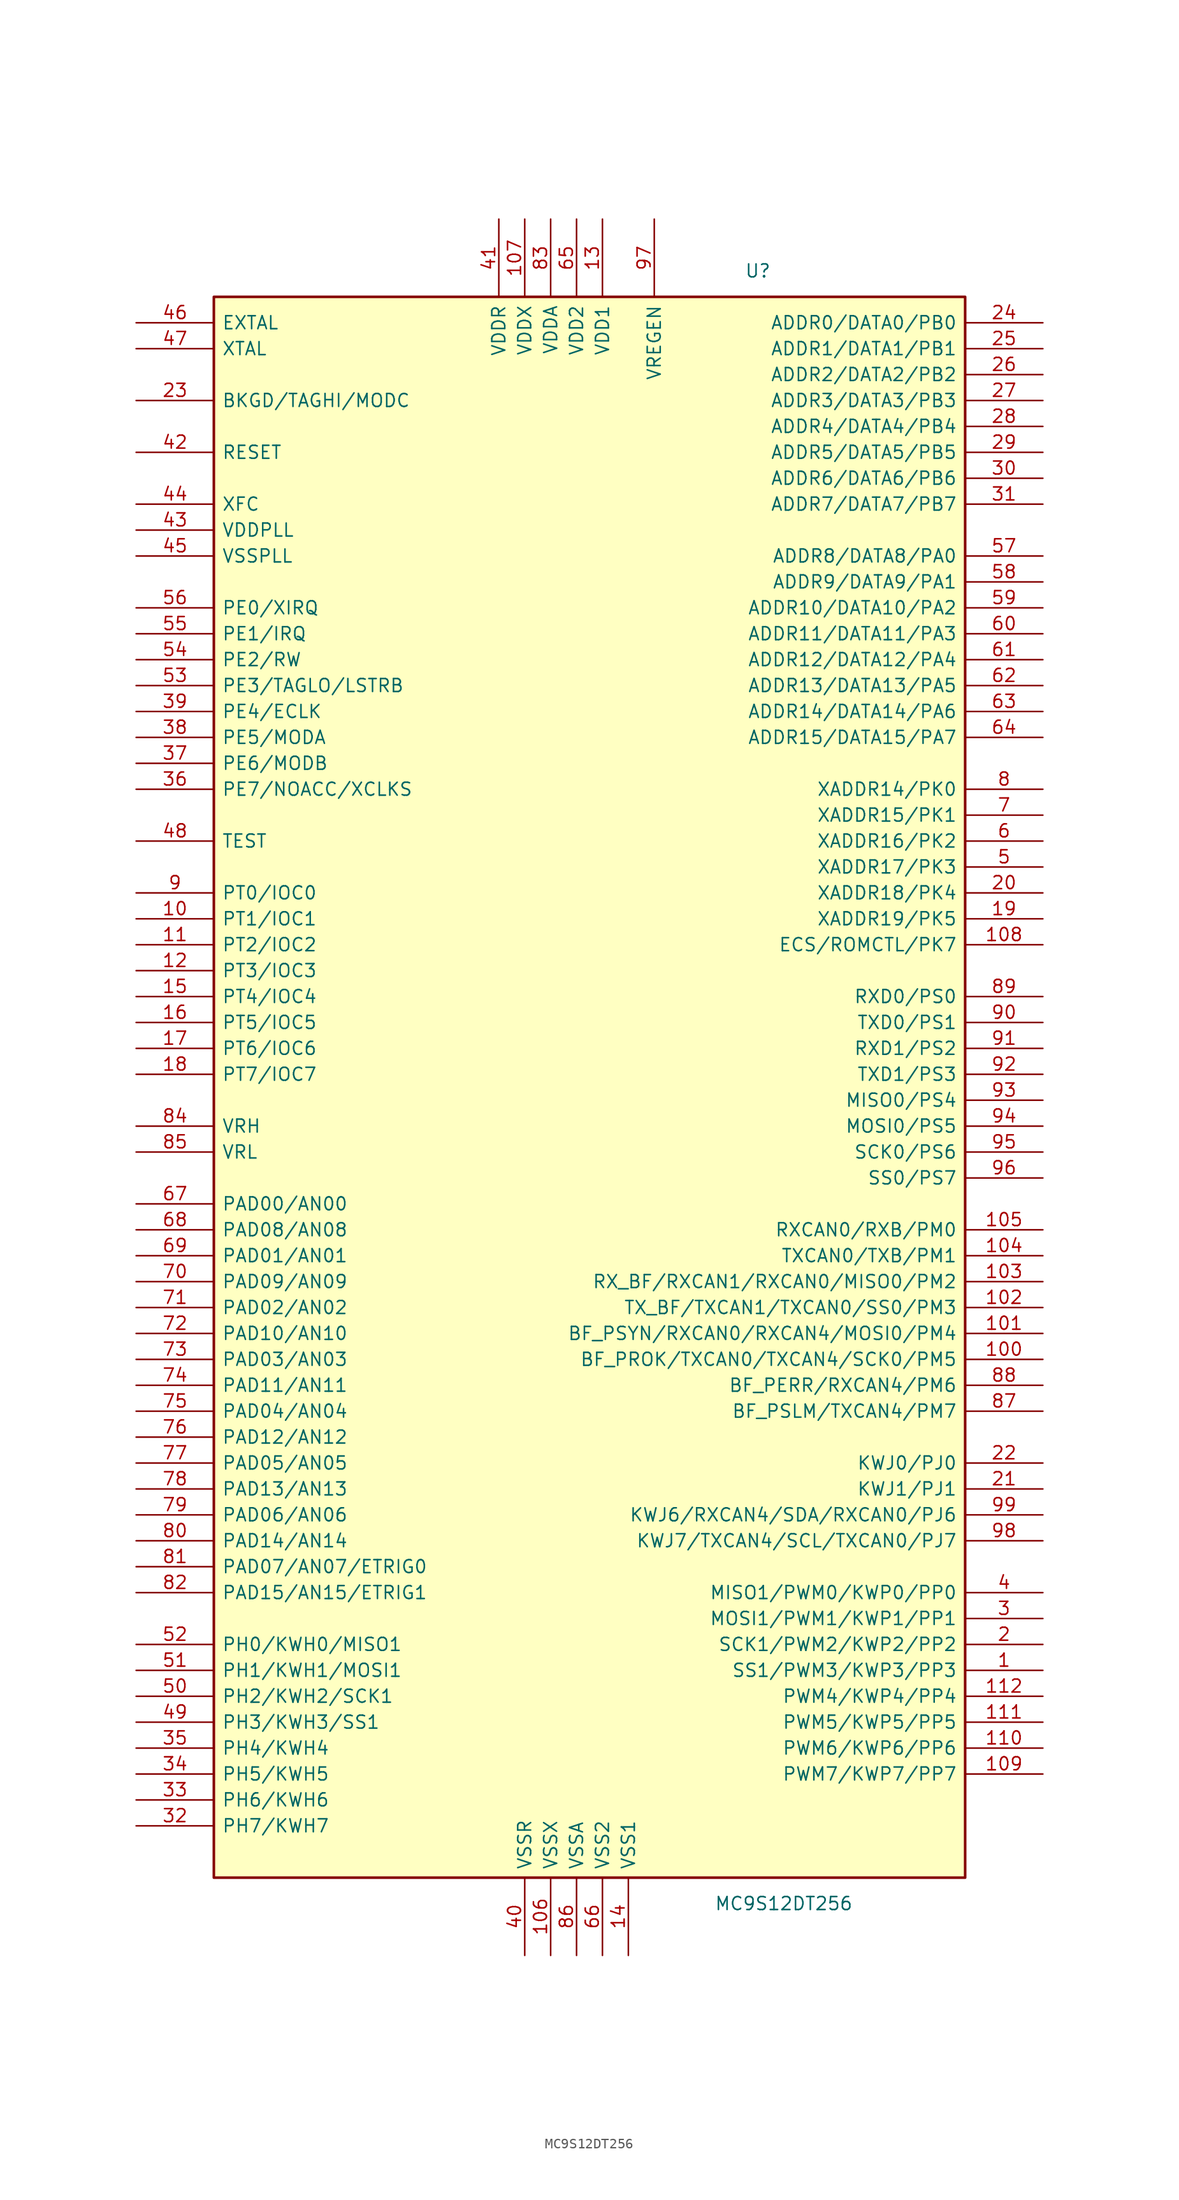
<source format=kicad_sym>
(kicad_symbol_lib
  (version 20201005)
  (generator kicad_symbol_editor)
  (symbol "MC9S12DT256"
    (pin_names
      (offset 0.762))
    (property "Reference" "U"
      (at 17.78 86.36 0)
      (effects (font (size 1.27 1.27))))
    (property "Value" "MC9S12DT256"
      (at 20.32 -73.66 0)
      (effects (font (size 1.27 1.27))))
    (symbol "MC9S12DT256_0_1"
      (rectangle (start -35.56 83.82) (end 38.1 -71.12) (stroke (width 0.254)) (fill (type background))))
    (symbol "MC9S12DT256_1_1"
      (pin bidirectional line (at 45.72 -50.8 180) (length 7.62) (name "SS1/PWM3/KWP3/PP3" (effects (font (size 1.27 1.27)))) (number "1" (effects (font (size 1.27 1.27)))))
      (pin bidirectional line (at -43.18 22.86 0) (length 7.62) (name "PT1/IOC1" (effects (font (size 1.27 1.27)))) (number "10" (effects (font (size 1.27 1.27)))))
      (pin bidirectional line (at 45.72 -20.32 180) (length 7.62) (name "BF_PROK/TXCAN0/TXCAN4/SCK0/PM5" (effects (font (size 1.27 1.27)))) (number "100" (effects (font (size 1.27 1.27)))))
      (pin bidirectional line (at 45.72 -17.78 180) (length 7.62) (name "BF_PSYN/RXCAN0/RXCAN4/MOSI0/PM4" (effects (font (size 1.27 1.27)))) (number "101" (effects (font (size 1.27 1.27)))))
      (pin bidirectional line (at 45.72 -15.24 180) (length 7.62) (name "TX_BF/TXCAN1/TXCAN0/SS0/PM3" (effects (font (size 1.27 1.27)))) (number "102" (effects (font (size 1.27 1.27)))))
      (pin bidirectional line (at 45.72 -12.7 180) (length 7.62) (name "RX_BF/RXCAN1/RXCAN0/MISO0/PM2" (effects (font (size 1.27 1.27)))) (number "103" (effects (font (size 1.27 1.27)))))
      (pin bidirectional line (at 45.72 -10.16 180) (length 7.62) (name "TXCAN0/TXB/PM1" (effects (font (size 1.27 1.27)))) (number "104" (effects (font (size 1.27 1.27)))))
      (pin bidirectional line (at 45.72 -7.62 180) (length 7.62) (name "RXCAN0/RXB/PM0" (effects (font (size 1.27 1.27)))) (number "105" (effects (font (size 1.27 1.27)))))
      (pin power_in line (at -2.54 -78.74 90) (length 7.62) (name "VSSX" (effects (font (size 1.27 1.27)))) (number "106" (effects (font (size 1.27 1.27)))))
      (pin power_in line (at -5.08 91.44 270) (length 7.62) (name "VDDX" (effects (font (size 1.27 1.27)))) (number "107" (effects (font (size 1.27 1.27)))))
      (pin bidirectional line (at 45.72 20.32 180) (length 7.62) (name "ECS/ROMCTL/PK7" (effects (font (size 1.27 1.27)))) (number "108" (effects (font (size 1.27 1.27)))))
      (pin bidirectional line (at 45.72 -60.96 180) (length 7.62) (name "PWM7/KWP7/PP7" (effects (font (size 1.27 1.27)))) (number "109" (effects (font (size 1.27 1.27)))))
      (pin bidirectional line (at -43.18 20.32 0) (length 7.62) (name "PT2/IOC2" (effects (font (size 1.27 1.27)))) (number "11" (effects (font (size 1.27 1.27)))))
      (pin bidirectional line (at 45.72 -58.42 180) (length 7.62) (name "PWM6/KWP6/PP6" (effects (font (size 1.27 1.27)))) (number "110" (effects (font (size 1.27 1.27)))))
      (pin bidirectional line (at 45.72 -55.88 180) (length 7.62) (name "PWM5/KWP5/PP5" (effects (font (size 1.27 1.27)))) (number "111" (effects (font (size 1.27 1.27)))))
      (pin bidirectional line (at 45.72 -53.34 180) (length 7.62) (name "PWM4/KWP4/PP4" (effects (font (size 1.27 1.27)))) (number "112" (effects (font (size 1.27 1.27)))))
      (pin bidirectional line (at -43.18 17.78 0) (length 7.62) (name "PT3/IOC3" (effects (font (size 1.27 1.27)))) (number "12" (effects (font (size 1.27 1.27)))))
      (pin power_in line (at 2.54 91.44 270) (length 7.62) (name "VDD1" (effects (font (size 1.27 1.27)))) (number "13" (effects (font (size 1.27 1.27)))))
      (pin power_in line (at 5.08 -78.74 90) (length 7.62) (name "VSS1" (effects (font (size 1.27 1.27)))) (number "14" (effects (font (size 1.27 1.27)))))
      (pin bidirectional line (at -43.18 15.24 0) (length 7.62) (name "PT4/IOC4" (effects (font (size 1.27 1.27)))) (number "15" (effects (font (size 1.27 1.27)))))
      (pin bidirectional line (at -43.18 12.7 0) (length 7.62) (name "PT5/IOC5" (effects (font (size 1.27 1.27)))) (number "16" (effects (font (size 1.27 1.27)))))
      (pin bidirectional line (at -43.18 10.16 0) (length 7.62) (name "PT6/IOC6" (effects (font (size 1.27 1.27)))) (number "17" (effects (font (size 1.27 1.27)))))
      (pin bidirectional line (at -43.18 7.62 0) (length 7.62) (name "PT7/IOC7" (effects (font (size 1.27 1.27)))) (number "18" (effects (font (size 1.27 1.27)))))
      (pin bidirectional line (at 45.72 22.86 180) (length 7.62) (name "XADDR19/PK5" (effects (font (size 1.27 1.27)))) (number "19" (effects (font (size 1.27 1.27)))))
      (pin bidirectional line (at 45.72 -48.26 180) (length 7.62) (name "SCK1/PWM2/KWP2/PP2" (effects (font (size 1.27 1.27)))) (number "2" (effects (font (size 1.27 1.27)))))
      (pin bidirectional line (at 45.72 25.4 180) (length 7.62) (name "XADDR18/PK4" (effects (font (size 1.27 1.27)))) (number "20" (effects (font (size 1.27 1.27)))))
      (pin bidirectional line (at 45.72 -33.02 180) (length 7.62) (name "KWJ1/PJ1" (effects (font (size 1.27 1.27)))) (number "21" (effects (font (size 1.27 1.27)))))
      (pin bidirectional line (at 45.72 -30.48 180) (length 7.62) (name "KWJ0/PJ0" (effects (font (size 1.27 1.27)))) (number "22" (effects (font (size 1.27 1.27)))))
      (pin bidirectional line (at -43.18 73.66 0) (length 7.62) (name "BKGD/TAGHI/MODC" (effects (font (size 1.27 1.27)))) (number "23" (effects (font (size 1.27 1.27)))))
      (pin bidirectional line (at 45.72 81.28 180) (length 7.62) (name "ADDR0/DATA0/PB0" (effects (font (size 1.27 1.27)))) (number "24" (effects (font (size 1.27 1.27)))))
      (pin bidirectional line (at 45.72 78.74 180) (length 7.62) (name "ADDR1/DATA1/PB1" (effects (font (size 1.27 1.27)))) (number "25" (effects (font (size 1.27 1.27)))))
      (pin bidirectional line (at 45.72 76.2 180) (length 7.62) (name "ADDR2/DATA2/PB2" (effects (font (size 1.27 1.27)))) (number "26" (effects (font (size 1.27 1.27)))))
      (pin bidirectional line (at 45.72 73.66 180) (length 7.62) (name "ADDR3/DATA3/PB3" (effects (font (size 1.27 1.27)))) (number "27" (effects (font (size 1.27 1.27)))))
      (pin bidirectional line (at 45.72 71.12 180) (length 7.62) (name "ADDR4/DATA4/PB4" (effects (font (size 1.27 1.27)))) (number "28" (effects (font (size 1.27 1.27)))))
      (pin bidirectional line (at 45.72 68.58 180) (length 7.62) (name "ADDR5/DATA5/PB5" (effects (font (size 1.27 1.27)))) (number "29" (effects (font (size 1.27 1.27)))))
      (pin bidirectional line (at 45.72 -45.72 180) (length 7.62) (name "MOSI1/PWM1/KWP1/PP1" (effects (font (size 1.27 1.27)))) (number "3" (effects (font (size 1.27 1.27)))))
      (pin bidirectional line (at 45.72 66.04 180) (length 7.62) (name "ADDR6/DATA6/PB6" (effects (font (size 1.27 1.27)))) (number "30" (effects (font (size 1.27 1.27)))))
      (pin bidirectional line (at 45.72 63.5 180) (length 7.62) (name "ADDR7/DATA7/PB7" (effects (font (size 1.27 1.27)))) (number "31" (effects (font (size 1.27 1.27)))))
      (pin bidirectional line (at -43.18 -66.04 0) (length 7.62) (name "PH7/KWH7" (effects (font (size 1.27 1.27)))) (number "32" (effects (font (size 1.27 1.27)))))
      (pin bidirectional line (at -43.18 -63.5 0) (length 7.62) (name "PH6/KWH6" (effects (font (size 1.27 1.27)))) (number "33" (effects (font (size 1.27 1.27)))))
      (pin bidirectional line (at -43.18 -60.96 0) (length 7.62) (name "PH5/KWH5" (effects (font (size 1.27 1.27)))) (number "34" (effects (font (size 1.27 1.27)))))
      (pin bidirectional line (at -43.18 -58.42 0) (length 7.62) (name "PH4/KWH4" (effects (font (size 1.27 1.27)))) (number "35" (effects (font (size 1.27 1.27)))))
      (pin bidirectional line (at -43.18 35.56 0) (length 7.62) (name "PE7/NOACC/XCLKS" (effects (font (size 1.27 1.27)))) (number "36" (effects (font (size 1.27 1.27)))))
      (pin bidirectional line (at -43.18 38.1 0) (length 7.62) (name "PE6/MODB" (effects (font (size 1.27 1.27)))) (number "37" (effects (font (size 1.27 1.27)))))
      (pin bidirectional line (at -43.18 40.64 0) (length 7.62) (name "PE5/MODA" (effects (font (size 1.27 1.27)))) (number "38" (effects (font (size 1.27 1.27)))))
      (pin bidirectional line (at -43.18 43.18 0) (length 7.62) (name "PE4/ECLK" (effects (font (size 1.27 1.27)))) (number "39" (effects (font (size 1.27 1.27)))))
      (pin bidirectional line (at 45.72 -43.18 180) (length 7.62) (name "MISO1/PWM0/KWP0/PP0" (effects (font (size 1.27 1.27)))) (number "4" (effects (font (size 1.27 1.27)))))
      (pin power_in line (at -5.08 -78.74 90) (length 7.62) (name "VSSR" (effects (font (size 1.27 1.27)))) (number "40" (effects (font (size 1.27 1.27)))))
      (pin power_in line (at -7.62 91.44 270) (length 7.62) (name "VDDR" (effects (font (size 1.27 1.27)))) (number "41" (effects (font (size 1.27 1.27)))))
      (pin bidirectional line (at -43.18 68.58 0) (length 7.62) (name "RESET" (effects (font (size 1.27 1.27)))) (number "42" (effects (font (size 1.27 1.27)))))
      (pin power_in line (at -43.18 60.96 0) (length 7.62) (name "VDDPLL" (effects (font (size 1.27 1.27)))) (number "43" (effects (font (size 1.27 1.27)))))
      (pin bidirectional line (at -43.18 63.5 0) (length 7.62) (name "XFC" (effects (font (size 1.27 1.27)))) (number "44" (effects (font (size 1.27 1.27)))))
      (pin bidirectional line (at -43.18 58.42 0) (length 7.62) (name "VSSPLL" (effects (font (size 1.27 1.27)))) (number "45" (effects (font (size 1.27 1.27)))))
      (pin input line (at -43.18 81.28 0) (length 7.62) (name "EXTAL" (effects (font (size 1.27 1.27)))) (number "46" (effects (font (size 1.27 1.27)))))
      (pin output line (at -43.18 78.74 0) (length 7.62) (name "XTAL" (effects (font (size 1.27 1.27)))) (number "47" (effects (font (size 1.27 1.27)))))
      (pin input line (at -43.18 30.48 0) (length 7.62) (name "TEST" (effects (font (size 1.27 1.27)))) (number "48" (effects (font (size 1.27 1.27)))))
      (pin bidirectional line (at -43.18 -55.88 0) (length 7.62) (name "PH3/KWH3/SS1" (effects (font (size 1.27 1.27)))) (number "49" (effects (font (size 1.27 1.27)))))
      (pin bidirectional line (at 45.72 27.94 180) (length 7.62) (name "XADDR17/PK3" (effects (font (size 1.27 1.27)))) (number "5" (effects (font (size 1.27 1.27)))))
      (pin bidirectional line (at -43.18 -53.34 0) (length 7.62) (name "PH2/KWH2/SCK1" (effects (font (size 1.27 1.27)))) (number "50" (effects (font (size 1.27 1.27)))))
      (pin bidirectional line (at -43.18 -50.8 0) (length 7.62) (name "PH1/KWH1/MOSI1" (effects (font (size 1.27 1.27)))) (number "51" (effects (font (size 1.27 1.27)))))
      (pin bidirectional line (at -43.18 -48.26 0) (length 7.62) (name "PH0/KWH0/MISO1" (effects (font (size 1.27 1.27)))) (number "52" (effects (font (size 1.27 1.27)))))
      (pin bidirectional line (at -43.18 45.72 0) (length 7.62) (name "PE3/TAGLO/LSTRB" (effects (font (size 1.27 1.27)))) (number "53" (effects (font (size 1.27 1.27)))))
      (pin bidirectional line (at -43.18 48.26 0) (length 7.62) (name "PE2/RW" (effects (font (size 1.27 1.27)))) (number "54" (effects (font (size 1.27 1.27)))))
      (pin input line (at -43.18 50.8 0) (length 7.62) (name "PE1/IRQ" (effects (font (size 1.27 1.27)))) (number "55" (effects (font (size 1.27 1.27)))))
      (pin input line (at -43.18 53.34 0) (length 7.62) (name "PE0/XIRQ" (effects (font (size 1.27 1.27)))) (number "56" (effects (font (size 1.27 1.27)))))
      (pin bidirectional line (at 45.72 58.42 180) (length 7.62) (name "ADDR8/DATA8/PA0" (effects (font (size 1.27 1.27)))) (number "57" (effects (font (size 1.27 1.27)))))
      (pin bidirectional line (at 45.72 55.88 180) (length 7.62) (name "ADDR9/DATA9/PA1" (effects (font (size 1.27 1.27)))) (number "58" (effects (font (size 1.27 1.27)))))
      (pin bidirectional line (at 45.72 53.34 180) (length 7.62) (name "ADDR10/DATA10/PA2" (effects (font (size 1.27 1.27)))) (number "59" (effects (font (size 1.27 1.27)))))
      (pin bidirectional line (at 45.72 30.48 180) (length 7.62) (name "XADDR16/PK2" (effects (font (size 1.27 1.27)))) (number "6" (effects (font (size 1.27 1.27)))))
      (pin bidirectional line (at 45.72 50.8 180) (length 7.62) (name "ADDR11/DATA11/PA3" (effects (font (size 1.27 1.27)))) (number "60" (effects (font (size 1.27 1.27)))))
      (pin bidirectional line (at 45.72 48.26 180) (length 7.62) (name "ADDR12/DATA12/PA4" (effects (font (size 1.27 1.27)))) (number "61" (effects (font (size 1.27 1.27)))))
      (pin bidirectional line (at 45.72 45.72 180) (length 7.62) (name "ADDR13/DATA13/PA5" (effects (font (size 1.27 1.27)))) (number "62" (effects (font (size 1.27 1.27)))))
      (pin bidirectional line (at 45.72 43.18 180) (length 7.62) (name "ADDR14/DATA14/PA6" (effects (font (size 1.27 1.27)))) (number "63" (effects (font (size 1.27 1.27)))))
      (pin bidirectional line (at 45.72 40.64 180) (length 7.62) (name "ADDR15/DATA15/PA7" (effects (font (size 1.27 1.27)))) (number "64" (effects (font (size 1.27 1.27)))))
      (pin power_in line (at 0 91.44 270) (length 7.62) (name "VDD2" (effects (font (size 1.27 1.27)))) (number "65" (effects (font (size 1.27 1.27)))))
      (pin power_in line (at 2.54 -78.74 90) (length 7.62) (name "VSS2" (effects (font (size 1.27 1.27)))) (number "66" (effects (font (size 1.27 1.27)))))
      (pin input line (at -43.18 -5.08 0) (length 7.62) (name "PAD00/AN00" (effects (font (size 1.27 1.27)))) (number "67" (effects (font (size 1.27 1.27)))))
      (pin input line (at -43.18 -7.62 0) (length 7.62) (name "PAD08/AN08" (effects (font (size 1.27 1.27)))) (number "68" (effects (font (size 1.27 1.27)))))
      (pin input line (at -43.18 -10.16 0) (length 7.62) (name "PAD01/AN01" (effects (font (size 1.27 1.27)))) (number "69" (effects (font (size 1.27 1.27)))))
      (pin bidirectional line (at 45.72 33.02 180) (length 7.62) (name "XADDR15/PK1" (effects (font (size 1.27 1.27)))) (number "7" (effects (font (size 1.27 1.27)))))
      (pin input line (at -43.18 -12.7 0) (length 7.62) (name "PAD09/AN09" (effects (font (size 1.27 1.27)))) (number "70" (effects (font (size 1.27 1.27)))))
      (pin input line (at -43.18 -15.24 0) (length 7.62) (name "PAD02/AN02" (effects (font (size 1.27 1.27)))) (number "71" (effects (font (size 1.27 1.27)))))
      (pin input line (at -43.18 -17.78 0) (length 7.62) (name "PAD10/AN10" (effects (font (size 1.27 1.27)))) (number "72" (effects (font (size 1.27 1.27)))))
      (pin input line (at -43.18 -20.32 0) (length 7.62) (name "PAD03/AN03" (effects (font (size 1.27 1.27)))) (number "73" (effects (font (size 1.27 1.27)))))
      (pin input line (at -43.18 -22.86 0) (length 7.62) (name "PAD11/AN11" (effects (font (size 1.27 1.27)))) (number "74" (effects (font (size 1.27 1.27)))))
      (pin input line (at -43.18 -25.4 0) (length 7.62) (name "PAD04/AN04" (effects (font (size 1.27 1.27)))) (number "75" (effects (font (size 1.27 1.27)))))
      (pin input line (at -43.18 -27.94 0) (length 7.62) (name "PAD12/AN12" (effects (font (size 1.27 1.27)))) (number "76" (effects (font (size 1.27 1.27)))))
      (pin input line (at -43.18 -30.48 0) (length 7.62) (name "PAD05/AN05" (effects (font (size 1.27 1.27)))) (number "77" (effects (font (size 1.27 1.27)))))
      (pin input line (at -43.18 -33.02 0) (length 7.62) (name "PAD13/AN13" (effects (font (size 1.27 1.27)))) (number "78" (effects (font (size 1.27 1.27)))))
      (pin input line (at -43.18 -35.56 0) (length 7.62) (name "PAD06/AN06" (effects (font (size 1.27 1.27)))) (number "79" (effects (font (size 1.27 1.27)))))
      (pin bidirectional line (at 45.72 35.56 180) (length 7.62) (name "XADDR14/PK0" (effects (font (size 1.27 1.27)))) (number "8" (effects (font (size 1.27 1.27)))))
      (pin input line (at -43.18 -38.1 0) (length 7.62) (name "PAD14/AN14" (effects (font (size 1.27 1.27)))) (number "80" (effects (font (size 1.27 1.27)))))
      (pin input line (at -43.18 -40.64 0) (length 7.62) (name "PAD07/AN07/ETRIG0" (effects (font (size 1.27 1.27)))) (number "81" (effects (font (size 1.27 1.27)))))
      (pin input line (at -43.18 -43.18 0) (length 7.62) (name "PAD15/AN15/ETRIG1" (effects (font (size 1.27 1.27)))) (number "82" (effects (font (size 1.27 1.27)))))
      (pin power_in line (at -2.54 91.44 270) (length 7.62) (name "VDDA" (effects (font (size 1.27 1.27)))) (number "83" (effects (font (size 1.27 1.27)))))
      (pin passive line (at -43.18 2.54 0) (length 7.62) (name "VRH" (effects (font (size 1.27 1.27)))) (number "84" (effects (font (size 1.27 1.27)))))
      (pin passive line (at -43.18 0 0) (length 7.62) (name "VRL" (effects (font (size 1.27 1.27)))) (number "85" (effects (font (size 1.27 1.27)))))
      (pin power_in line (at 0 -78.74 90) (length 7.62) (name "VSSA" (effects (font (size 1.27 1.27)))) (number "86" (effects (font (size 1.27 1.27)))))
      (pin bidirectional line (at 45.72 -25.4 180) (length 7.62) (name "BF_PSLM/TXCAN4/PM7" (effects (font (size 1.27 1.27)))) (number "87" (effects (font (size 1.27 1.27)))))
      (pin bidirectional line (at 45.72 -22.86 180) (length 7.62) (name "BF_PERR/RXCAN4/PM6" (effects (font (size 1.27 1.27)))) (number "88" (effects (font (size 1.27 1.27)))))
      (pin bidirectional line (at 45.72 15.24 180) (length 7.62) (name "RXD0/PS0" (effects (font (size 1.27 1.27)))) (number "89" (effects (font (size 1.27 1.27)))))
      (pin bidirectional line (at -43.18 25.4 0) (length 7.62) (name "PT0/IOC0" (effects (font (size 1.27 1.27)))) (number "9" (effects (font (size 1.27 1.27)))))
      (pin bidirectional line (at 45.72 12.7 180) (length 7.62) (name "TXD0/PS1" (effects (font (size 1.27 1.27)))) (number "90" (effects (font (size 1.27 1.27)))))
      (pin bidirectional line (at 45.72 10.16 180) (length 7.62) (name "RXD1/PS2" (effects (font (size 1.27 1.27)))) (number "91" (effects (font (size 1.27 1.27)))))
      (pin bidirectional line (at 45.72 7.62 180) (length 7.62) (name "TXD1/PS3" (effects (font (size 1.27 1.27)))) (number "92" (effects (font (size 1.27 1.27)))))
      (pin bidirectional line (at 45.72 5.08 180) (length 7.62) (name "MISO0/PS4" (effects (font (size 1.27 1.27)))) (number "93" (effects (font (size 1.27 1.27)))))
      (pin bidirectional line (at 45.72 2.54 180) (length 7.62) (name "MOSI0/PS5" (effects (font (size 1.27 1.27)))) (number "94" (effects (font (size 1.27 1.27)))))
      (pin bidirectional line (at 45.72 0 180) (length 7.62) (name "SCK0/PS6" (effects (font (size 1.27 1.27)))) (number "95" (effects (font (size 1.27 1.27)))))
      (pin bidirectional line (at 45.72 -2.54 180) (length 7.62) (name "SS0/PS7" (effects (font (size 1.27 1.27)))) (number "96" (effects (font (size 1.27 1.27)))))
      (pin input line (at 7.62 91.44 270) (length 7.62) (name "VREGEN" (effects (font (size 1.27 1.27)))) (number "97" (effects (font (size 1.27 1.27)))))
      (pin bidirectional line (at 45.72 -38.1 180) (length 7.62) (name "KWJ7/TXCAN4/SCL/TXCAN0/PJ7" (effects (font (size 1.27 1.27)))) (number "98" (effects (font (size 1.27 1.27)))))
      (pin bidirectional line (at 45.72 -35.56 180) (length 7.62) (name "KWJ6/RXCAN4/SDA/RXCAN0/PJ6" (effects (font (size 1.27 1.27)))) (number "99" (effects (font (size 1.27 1.27))))))))
</source>
